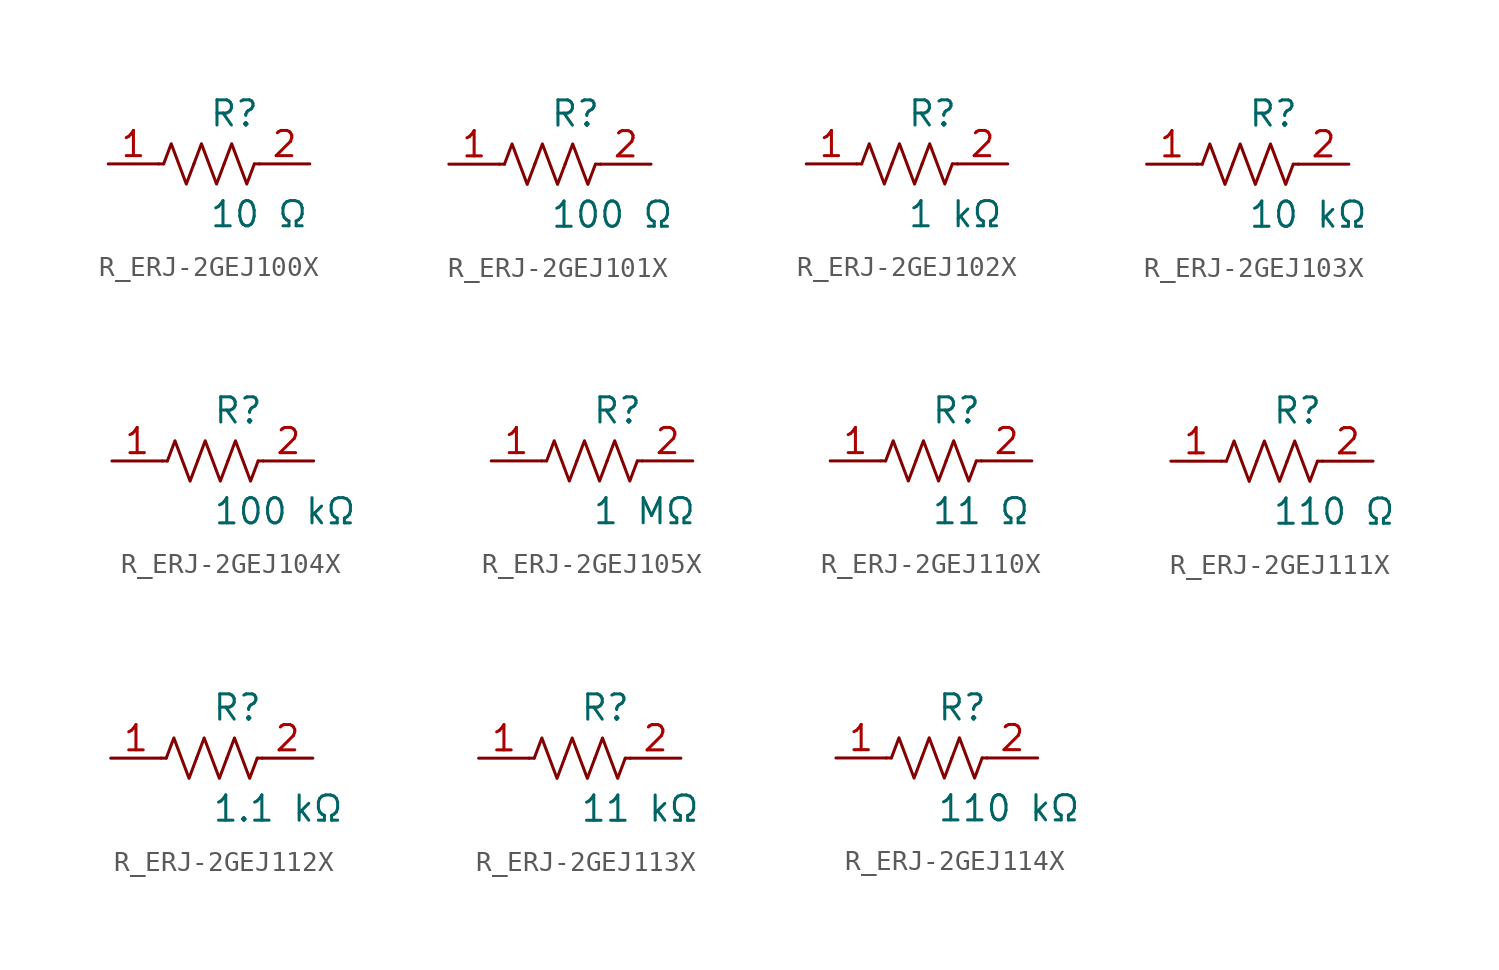
<source format=kicad_sym>
(kicad_symbol_lib
  (version 20231120)
  (generator kicad_symbol_editor)
  (generator_version 8.0)
  (symbol "R_ERJ-2GEJ100X"
    (pin_names
      (offset 0.254))
    (property "Reference" "R"
      (at 0.0 2.54 0)
      (effects (font (size 1.27 1.27)) (justify left)))
    (property "Value" "10 Ω"
      (at 0.0 -2.54 0)
      (effects (font (size 1.27 1.27)) (justify left)))
    (symbol "R_ERJ-2GEJ100X_0_1"
      (polyline (pts (xy 2.286 0) (xy 2.54 0)) (stroke (width 0) (type default)) (fill (type none)))
      (polyline (pts (xy -2.286 0) (xy -2.54 0)) (stroke (width 0) (type default)) (fill (type none)))
      (polyline (pts (xy 0.762 0) (xy 1.143 1.016) (xy 1.524 0) (xy 1.905 -1.016) (xy 2.286 0)) (stroke (width 0) (type default)) (fill (type none)))
      (polyline (pts (xy -0.762 0) (xy -0.381 1.016) (xy 0 0) (xy 0.381 -1.016) (xy 0.762 0)) (stroke (width 0) (type default)) (fill (type none)))
      (polyline (pts (xy -2.286 0) (xy -1.905 1.016) (xy -1.524 0) (xy -1.143 -1.016) (xy -0.762 0)) (stroke (width 0) (type default)) (fill (type none))))
    (pin unspecified line
      (at -5.08 0 0)
      (length 2.54)
      (name "" (effects (font (size 1.27 1.27))))
      (number "1" (effects (font (size 1.27 1.27)))))
    (pin unspecified line
      (at 5.08 0 180)
      (length 2.54)
      (name "" (effects (font (size 1.27 1.27))))
      (number "2" (effects (font (size 1.27 1.27))))))
  (symbol "R_ERJ-2GEJ101X"
    (pin_names
      (offset 0.254))
    (property "Reference" "R"
      (at 0.0 2.54 0)
      (effects (font (size 1.27 1.27)) (justify left)))
    (property "Value" "100 Ω"
      (at 0.0 -2.54 0)
      (effects (font (size 1.27 1.27)) (justify left)))
    (symbol "R_ERJ-2GEJ101X_0_1"
      (polyline (pts (xy 2.286 0) (xy 2.54 0)) (stroke (width 0) (type default)) (fill (type none)))
      (polyline (pts (xy -2.286 0) (xy -2.54 0)) (stroke (width 0) (type default)) (fill (type none)))
      (polyline (pts (xy 0.762 0) (xy 1.143 1.016) (xy 1.524 0) (xy 1.905 -1.016) (xy 2.286 0)) (stroke (width 0) (type default)) (fill (type none)))
      (polyline (pts (xy -0.762 0) (xy -0.381 1.016) (xy 0 0) (xy 0.381 -1.016) (xy 0.762 0)) (stroke (width 0) (type default)) (fill (type none)))
      (polyline (pts (xy -2.286 0) (xy -1.905 1.016) (xy -1.524 0) (xy -1.143 -1.016) (xy -0.762 0)) (stroke (width 0) (type default)) (fill (type none))))
    (pin unspecified line
      (at -5.08 0 0)
      (length 2.54)
      (name "" (effects (font (size 1.27 1.27))))
      (number "1" (effects (font (size 1.27 1.27)))))
    (pin unspecified line
      (at 5.08 0 180)
      (length 2.54)
      (name "" (effects (font (size 1.27 1.27))))
      (number "2" (effects (font (size 1.27 1.27))))))
  (symbol "R_ERJ-2GEJ102X"
    (pin_names
      (offset 0.254))
    (property "Reference" "R"
      (at 0.0 2.54 0)
      (effects (font (size 1.27 1.27)) (justify left)))
    (property "Value" "1 kΩ"
      (at 0.0 -2.54 0)
      (effects (font (size 1.27 1.27)) (justify left)))
    (symbol "R_ERJ-2GEJ102X_0_1"
      (polyline (pts (xy 2.286 0) (xy 2.54 0)) (stroke (width 0) (type default)) (fill (type none)))
      (polyline (pts (xy -2.286 0) (xy -2.54 0)) (stroke (width 0) (type default)) (fill (type none)))
      (polyline (pts (xy 0.762 0) (xy 1.143 1.016) (xy 1.524 0) (xy 1.905 -1.016) (xy 2.286 0)) (stroke (width 0) (type default)) (fill (type none)))
      (polyline (pts (xy -0.762 0) (xy -0.381 1.016) (xy 0 0) (xy 0.381 -1.016) (xy 0.762 0)) (stroke (width 0) (type default)) (fill (type none)))
      (polyline (pts (xy -2.286 0) (xy -1.905 1.016) (xy -1.524 0) (xy -1.143 -1.016) (xy -0.762 0)) (stroke (width 0) (type default)) (fill (type none))))
    (pin unspecified line
      (at -5.08 0 0)
      (length 2.54)
      (name "" (effects (font (size 1.27 1.27))))
      (number "1" (effects (font (size 1.27 1.27)))))
    (pin unspecified line
      (at 5.08 0 180)
      (length 2.54)
      (name "" (effects (font (size 1.27 1.27))))
      (number "2" (effects (font (size 1.27 1.27))))))
  (symbol "R_ERJ-2GEJ103X"
    (pin_names
      (offset 0.254))
    (property "Reference" "R"
      (at 0.0 2.54 0)
      (effects (font (size 1.27 1.27)) (justify left)))
    (property "Value" "10 kΩ"
      (at 0.0 -2.54 0)
      (effects (font (size 1.27 1.27)) (justify left)))
    (symbol "R_ERJ-2GEJ103X_0_1"
      (polyline (pts (xy 2.286 0) (xy 2.54 0)) (stroke (width 0) (type default)) (fill (type none)))
      (polyline (pts (xy -2.286 0) (xy -2.54 0)) (stroke (width 0) (type default)) (fill (type none)))
      (polyline (pts (xy 0.762 0) (xy 1.143 1.016) (xy 1.524 0) (xy 1.905 -1.016) (xy 2.286 0)) (stroke (width 0) (type default)) (fill (type none)))
      (polyline (pts (xy -0.762 0) (xy -0.381 1.016) (xy 0 0) (xy 0.381 -1.016) (xy 0.762 0)) (stroke (width 0) (type default)) (fill (type none)))
      (polyline (pts (xy -2.286 0) (xy -1.905 1.016) (xy -1.524 0) (xy -1.143 -1.016) (xy -0.762 0)) (stroke (width 0) (type default)) (fill (type none))))
    (pin unspecified line
      (at -5.08 0 0)
      (length 2.54)
      (name "" (effects (font (size 1.27 1.27))))
      (number "1" (effects (font (size 1.27 1.27)))))
    (pin unspecified line
      (at 5.08 0 180)
      (length 2.54)
      (name "" (effects (font (size 1.27 1.27))))
      (number "2" (effects (font (size 1.27 1.27))))))
  (symbol "R_ERJ-2GEJ104X"
    (pin_names
      (offset 0.254))
    (property "Reference" "R"
      (at 0.0 2.54 0)
      (effects (font (size 1.27 1.27)) (justify left)))
    (property "Value" "100 kΩ"
      (at 0.0 -2.54 0)
      (effects (font (size 1.27 1.27)) (justify left)))
    (symbol "R_ERJ-2GEJ104X_0_1"
      (polyline (pts (xy 2.286 0) (xy 2.54 0)) (stroke (width 0) (type default)) (fill (type none)))
      (polyline (pts (xy -2.286 0) (xy -2.54 0)) (stroke (width 0) (type default)) (fill (type none)))
      (polyline (pts (xy 0.762 0) (xy 1.143 1.016) (xy 1.524 0) (xy 1.905 -1.016) (xy 2.286 0)) (stroke (width 0) (type default)) (fill (type none)))
      (polyline (pts (xy -0.762 0) (xy -0.381 1.016) (xy 0 0) (xy 0.381 -1.016) (xy 0.762 0)) (stroke (width 0) (type default)) (fill (type none)))
      (polyline (pts (xy -2.286 0) (xy -1.905 1.016) (xy -1.524 0) (xy -1.143 -1.016) (xy -0.762 0)) (stroke (width 0) (type default)) (fill (type none))))
    (pin unspecified line
      (at -5.08 0 0)
      (length 2.54)
      (name "" (effects (font (size 1.27 1.27))))
      (number "1" (effects (font (size 1.27 1.27)))))
    (pin unspecified line
      (at 5.08 0 180)
      (length 2.54)
      (name "" (effects (font (size 1.27 1.27))))
      (number "2" (effects (font (size 1.27 1.27))))))
  (symbol "R_ERJ-2GEJ105X"
    (pin_names
      (offset 0.254))
    (property "Reference" "R"
      (at 0.0 2.54 0)
      (effects (font (size 1.27 1.27)) (justify left)))
    (property "Value" "1 MΩ"
      (at 0.0 -2.54 0)
      (effects (font (size 1.27 1.27)) (justify left)))
    (symbol "R_ERJ-2GEJ105X_0_1"
      (polyline (pts (xy 2.286 0) (xy 2.54 0)) (stroke (width 0) (type default)) (fill (type none)))
      (polyline (pts (xy -2.286 0) (xy -2.54 0)) (stroke (width 0) (type default)) (fill (type none)))
      (polyline (pts (xy 0.762 0) (xy 1.143 1.016) (xy 1.524 0) (xy 1.905 -1.016) (xy 2.286 0)) (stroke (width 0) (type default)) (fill (type none)))
      (polyline (pts (xy -0.762 0) (xy -0.381 1.016) (xy 0 0) (xy 0.381 -1.016) (xy 0.762 0)) (stroke (width 0) (type default)) (fill (type none)))
      (polyline (pts (xy -2.286 0) (xy -1.905 1.016) (xy -1.524 0) (xy -1.143 -1.016) (xy -0.762 0)) (stroke (width 0) (type default)) (fill (type none))))
    (pin unspecified line
      (at -5.08 0 0)
      (length 2.54)
      (name "" (effects (font (size 1.27 1.27))))
      (number "1" (effects (font (size 1.27 1.27)))))
    (pin unspecified line
      (at 5.08 0 180)
      (length 2.54)
      (name "" (effects (font (size 1.27 1.27))))
      (number "2" (effects (font (size 1.27 1.27))))))
  (symbol "R_ERJ-2GEJ110X"
    (pin_names
      (offset 0.254))
    (property "Reference" "R"
      (at 0.0 2.54 0)
      (effects (font (size 1.27 1.27)) (justify left)))
    (property "Value" "11 Ω"
      (at 0.0 -2.54 0)
      (effects (font (size 1.27 1.27)) (justify left)))
    (symbol "R_ERJ-2GEJ110X_0_1"
      (polyline (pts (xy 2.286 0) (xy 2.54 0)) (stroke (width 0) (type default)) (fill (type none)))
      (polyline (pts (xy -2.286 0) (xy -2.54 0)) (stroke (width 0) (type default)) (fill (type none)))
      (polyline (pts (xy 0.762 0) (xy 1.143 1.016) (xy 1.524 0) (xy 1.905 -1.016) (xy 2.286 0)) (stroke (width 0) (type default)) (fill (type none)))
      (polyline (pts (xy -0.762 0) (xy -0.381 1.016) (xy 0 0) (xy 0.381 -1.016) (xy 0.762 0)) (stroke (width 0) (type default)) (fill (type none)))
      (polyline (pts (xy -2.286 0) (xy -1.905 1.016) (xy -1.524 0) (xy -1.143 -1.016) (xy -0.762 0)) (stroke (width 0) (type default)) (fill (type none))))
    (pin unspecified line
      (at -5.08 0 0)
      (length 2.54)
      (name "" (effects (font (size 1.27 1.27))))
      (number "1" (effects (font (size 1.27 1.27)))))
    (pin unspecified line
      (at 5.08 0 180)
      (length 2.54)
      (name "" (effects (font (size 1.27 1.27))))
      (number "2" (effects (font (size 1.27 1.27))))))
  (symbol "R_ERJ-2GEJ111X"
    (pin_names
      (offset 0.254))
    (property "Reference" "R"
      (at 0.0 2.54 0)
      (effects (font (size 1.27 1.27)) (justify left)))
    (property "Value" "110 Ω"
      (at 0.0 -2.54 0)
      (effects (font (size 1.27 1.27)) (justify left)))
    (symbol "R_ERJ-2GEJ111X_0_1"
      (polyline (pts (xy 2.286 0) (xy 2.54 0)) (stroke (width 0) (type default)) (fill (type none)))
      (polyline (pts (xy -2.286 0) (xy -2.54 0)) (stroke (width 0) (type default)) (fill (type none)))
      (polyline (pts (xy 0.762 0) (xy 1.143 1.016) (xy 1.524 0) (xy 1.905 -1.016) (xy 2.286 0)) (stroke (width 0) (type default)) (fill (type none)))
      (polyline (pts (xy -0.762 0) (xy -0.381 1.016) (xy 0 0) (xy 0.381 -1.016) (xy 0.762 0)) (stroke (width 0) (type default)) (fill (type none)))
      (polyline (pts (xy -2.286 0) (xy -1.905 1.016) (xy -1.524 0) (xy -1.143 -1.016) (xy -0.762 0)) (stroke (width 0) (type default)) (fill (type none))))
    (pin unspecified line
      (at -5.08 0 0)
      (length 2.54)
      (name "" (effects (font (size 1.27 1.27))))
      (number "1" (effects (font (size 1.27 1.27)))))
    (pin unspecified line
      (at 5.08 0 180)
      (length 2.54)
      (name "" (effects (font (size 1.27 1.27))))
      (number "2" (effects (font (size 1.27 1.27))))))
  (symbol "R_ERJ-2GEJ112X"
    (pin_names
      (offset 0.254))
    (property "Reference" "R"
      (at 0.0 2.54 0)
      (effects (font (size 1.27 1.27)) (justify left)))
    (property "Value" "1.1 kΩ"
      (at 0.0 -2.54 0)
      (effects (font (size 1.27 1.27)) (justify left)))
    (symbol "R_ERJ-2GEJ112X_0_1"
      (polyline (pts (xy 2.286 0) (xy 2.54 0)) (stroke (width 0) (type default)) (fill (type none)))
      (polyline (pts (xy -2.286 0) (xy -2.54 0)) (stroke (width 0) (type default)) (fill (type none)))
      (polyline (pts (xy 0.762 0) (xy 1.143 1.016) (xy 1.524 0) (xy 1.905 -1.016) (xy 2.286 0)) (stroke (width 0) (type default)) (fill (type none)))
      (polyline (pts (xy -0.762 0) (xy -0.381 1.016) (xy 0 0) (xy 0.381 -1.016) (xy 0.762 0)) (stroke (width 0) (type default)) (fill (type none)))
      (polyline (pts (xy -2.286 0) (xy -1.905 1.016) (xy -1.524 0) (xy -1.143 -1.016) (xy -0.762 0)) (stroke (width 0) (type default)) (fill (type none))))
    (pin unspecified line
      (at -5.08 0 0)
      (length 2.54)
      (name "" (effects (font (size 1.27 1.27))))
      (number "1" (effects (font (size 1.27 1.27)))))
    (pin unspecified line
      (at 5.08 0 180)
      (length 2.54)
      (name "" (effects (font (size 1.27 1.27))))
      (number "2" (effects (font (size 1.27 1.27))))))
  (symbol "R_ERJ-2GEJ113X"
    (pin_names
      (offset 0.254))
    (property "Reference" "R"
      (at 0.0 2.54 0)
      (effects (font (size 1.27 1.27)) (justify left)))
    (property "Value" "11 kΩ"
      (at 0.0 -2.54 0)
      (effects (font (size 1.27 1.27)) (justify left)))
    (symbol "R_ERJ-2GEJ113X_0_1"
      (polyline (pts (xy 2.286 0) (xy 2.54 0)) (stroke (width 0) (type default)) (fill (type none)))
      (polyline (pts (xy -2.286 0) (xy -2.54 0)) (stroke (width 0) (type default)) (fill (type none)))
      (polyline (pts (xy 0.762 0) (xy 1.143 1.016) (xy 1.524 0) (xy 1.905 -1.016) (xy 2.286 0)) (stroke (width 0) (type default)) (fill (type none)))
      (polyline (pts (xy -0.762 0) (xy -0.381 1.016) (xy 0 0) (xy 0.381 -1.016) (xy 0.762 0)) (stroke (width 0) (type default)) (fill (type none)))
      (polyline (pts (xy -2.286 0) (xy -1.905 1.016) (xy -1.524 0) (xy -1.143 -1.016) (xy -0.762 0)) (stroke (width 0) (type default)) (fill (type none))))
    (pin unspecified line
      (at -5.08 0 0)
      (length 2.54)
      (name "" (effects (font (size 1.27 1.27))))
      (number "1" (effects (font (size 1.27 1.27)))))
    (pin unspecified line
      (at 5.08 0 180)
      (length 2.54)
      (name "" (effects (font (size 1.27 1.27))))
      (number "2" (effects (font (size 1.27 1.27))))))
  (symbol "R_ERJ-2GEJ114X"
    (pin_names
      (offset 0.254))
    (property "Reference" "R"
      (at 0.0 2.54 0)
      (effects (font (size 1.27 1.27)) (justify left)))
    (property "Value" "110 kΩ"
      (at 0.0 -2.54 0)
      (effects (font (size 1.27 1.27)) (justify left)))
    (symbol "R_ERJ-2GEJ114X_0_1"
      (polyline (pts (xy 2.286 0) (xy 2.54 0)) (stroke (width 0) (type default)) (fill (type none)))
      (polyline (pts (xy -2.286 0) (xy -2.54 0)) (stroke (width 0) (type default)) (fill (type none)))
      (polyline (pts (xy 0.762 0) (xy 1.143 1.016) (xy 1.524 0) (xy 1.905 -1.016) (xy 2.286 0)) (stroke (width 0) (type default)) (fill (type none)))
      (polyline (pts (xy -0.762 0) (xy -0.381 1.016) (xy 0 0) (xy 0.381 -1.016) (xy 0.762 0)) (stroke (width 0) (type default)) (fill (type none)))
      (polyline (pts (xy -2.286 0) (xy -1.905 1.016) (xy -1.524 0) (xy -1.143 -1.016) (xy -0.762 0)) (stroke (width 0) (type default)) (fill (type none))))
    (pin unspecified line
      (at -5.08 0 0)
      (length 2.54)
      (name "" (effects (font (size 1.27 1.27))))
      (number "1" (effects (font (size 1.27 1.27)))))
    (pin unspecified line
      (at 5.08 0 180)
      (length 2.54)
      (name "" (effects (font (size 1.27 1.27))))
      (number "2" (effects (font (size 1.27 1.27)))))))
</source>
